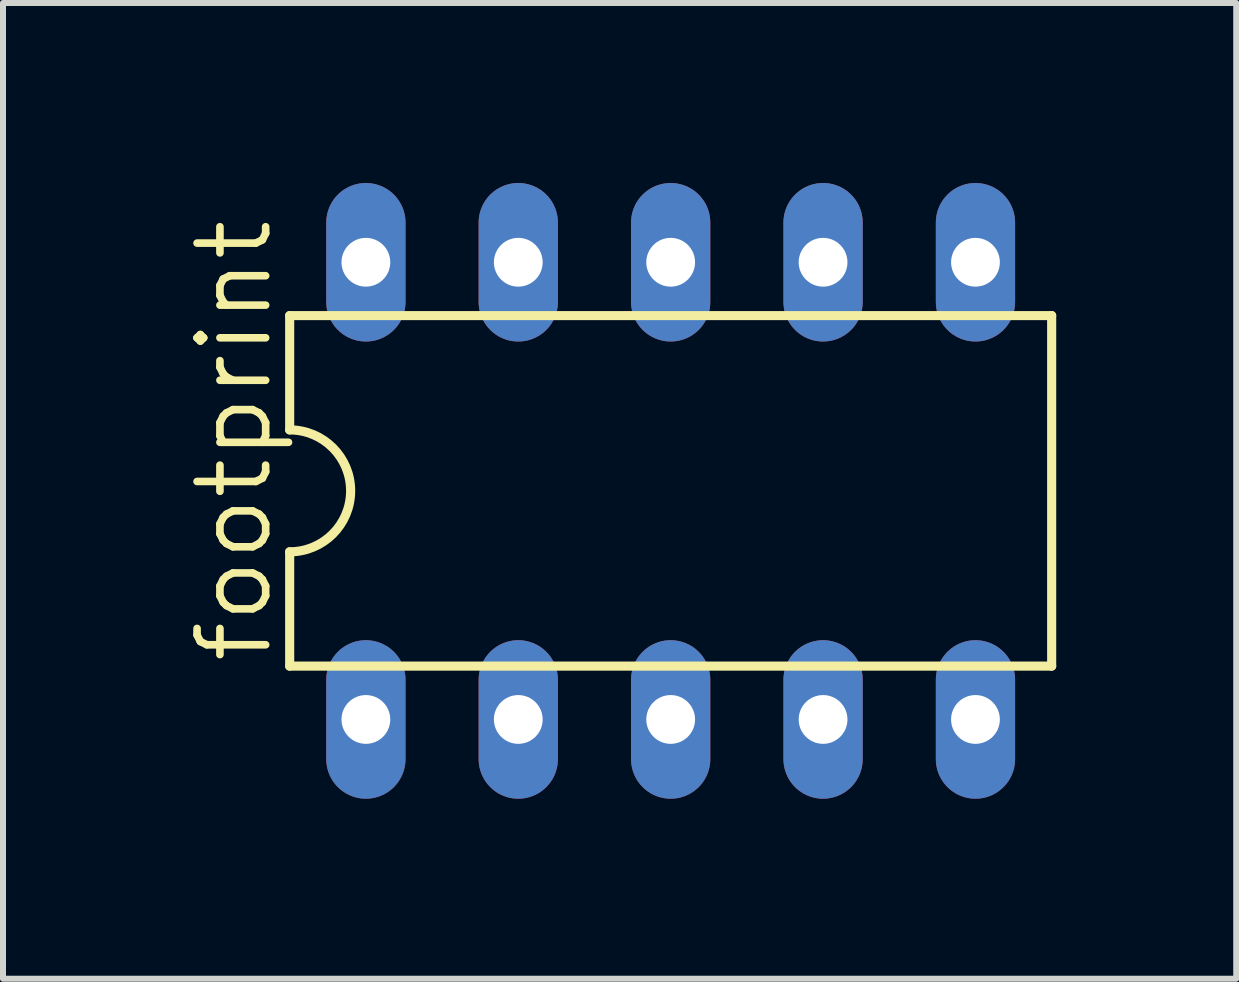
<source format=kicad_pcb>
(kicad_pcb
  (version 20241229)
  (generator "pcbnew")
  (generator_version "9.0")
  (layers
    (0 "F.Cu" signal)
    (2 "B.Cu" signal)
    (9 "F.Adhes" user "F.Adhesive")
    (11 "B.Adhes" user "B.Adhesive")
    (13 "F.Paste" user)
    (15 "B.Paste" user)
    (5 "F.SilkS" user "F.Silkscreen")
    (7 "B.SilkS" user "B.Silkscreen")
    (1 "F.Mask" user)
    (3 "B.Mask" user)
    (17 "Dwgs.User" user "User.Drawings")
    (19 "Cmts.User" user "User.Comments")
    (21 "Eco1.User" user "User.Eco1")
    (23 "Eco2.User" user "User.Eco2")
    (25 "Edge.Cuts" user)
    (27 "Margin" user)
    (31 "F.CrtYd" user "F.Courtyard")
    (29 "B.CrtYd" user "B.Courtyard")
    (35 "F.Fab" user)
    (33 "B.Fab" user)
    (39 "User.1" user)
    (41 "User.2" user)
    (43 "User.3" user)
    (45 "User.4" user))
  (footprint "footprint"
    (layer "F.Cu")
    (at 8.128 5.131)
    (property "Reference" "footprint" (at -6.604 2.921 90) (layer "F.SilkS") (effects (font (size 1.143 1.143) (thickness 0.127)) (justify left bottom)))
    (fp_line (start -6.35 -2.921) (end -6.35 -1.016) (stroke (width 0.152) (type solid)) (layer "F.SilkS"))
    (fp_line (start -6.35 2.921) (end -6.35 1.016) (stroke (width 0.152) (type solid)) (layer "F.SilkS"))
    (fp_line (start -6.35 2.921) (end 6.35 2.921) (stroke (width 0.152) (type solid)) (layer "F.SilkS"))
    (fp_line (start 6.35 -2.921) (end -6.35 -2.921) (stroke (width 0.152) (type solid)) (layer "F.SilkS"))
    (fp_line (start 6.35 -2.921) (end 6.35 2.921) (stroke (width 0.152) (type solid)) (layer "F.SilkS"))
    (fp_arc (start -6.35 -1.016) (mid -5.334 0) (end -6.35 1.016) (stroke (width 0.1524) (type solid)) (layer "F.SilkS"))
    (pad "1" thru_hole oval (at -5.08 3.81 90) (size 2.642 1.321) (drill 0.813) (layers "*.Cu" "*.Mask"))
    (pad "2" thru_hole oval (at -2.54 3.81 90) (size 2.642 1.321) (drill 0.813) (layers "*.Cu" "*.Mask"))
    (pad "3" thru_hole oval (at 0 3.81 90) (size 2.642 1.321) (drill 0.813) (layers "*.Cu" "*.Mask"))
    (pad "4" thru_hole oval (at 2.54 3.81 90) (size 2.642 1.321) (drill 0.813) (layers "*.Cu" "*.Mask"))
    (pad "5" thru_hole oval (at 5.08 3.81 90) (size 2.642 1.321) (drill 0.813) (layers "*.Cu" "*.Mask"))
    (pad "6" thru_hole oval (at 5.08 -3.81 90) (size 2.642 1.321) (drill 0.813) (layers "*.Cu" "*.Mask"))
    (pad "7" thru_hole oval (at 2.54 -3.81 90) (size 2.642 1.321) (drill 0.813) (layers "*.Cu" "*.Mask"))
    (pad "8" thru_hole oval (at 0 -3.81 90) (size 2.642 1.321) (drill 0.813) (layers "*.Cu" "*.Mask"))
    (pad "9" thru_hole oval (at -2.54 -3.81 90) (size 2.642 1.321) (drill 0.813) (layers "*.Cu" "*.Mask"))
    (pad "10" thru_hole oval (at -5.08 -3.81 90) (size 2.642 1.321) (drill 0.813) (layers "*.Cu" "*.Mask")))
  (gr_rect
    (start -3 -3)
    (end 17.554 13.262)
    (stroke (width 0.1) (type default))
    (fill no)
    (layer "Edge.Cuts")))
</source>
